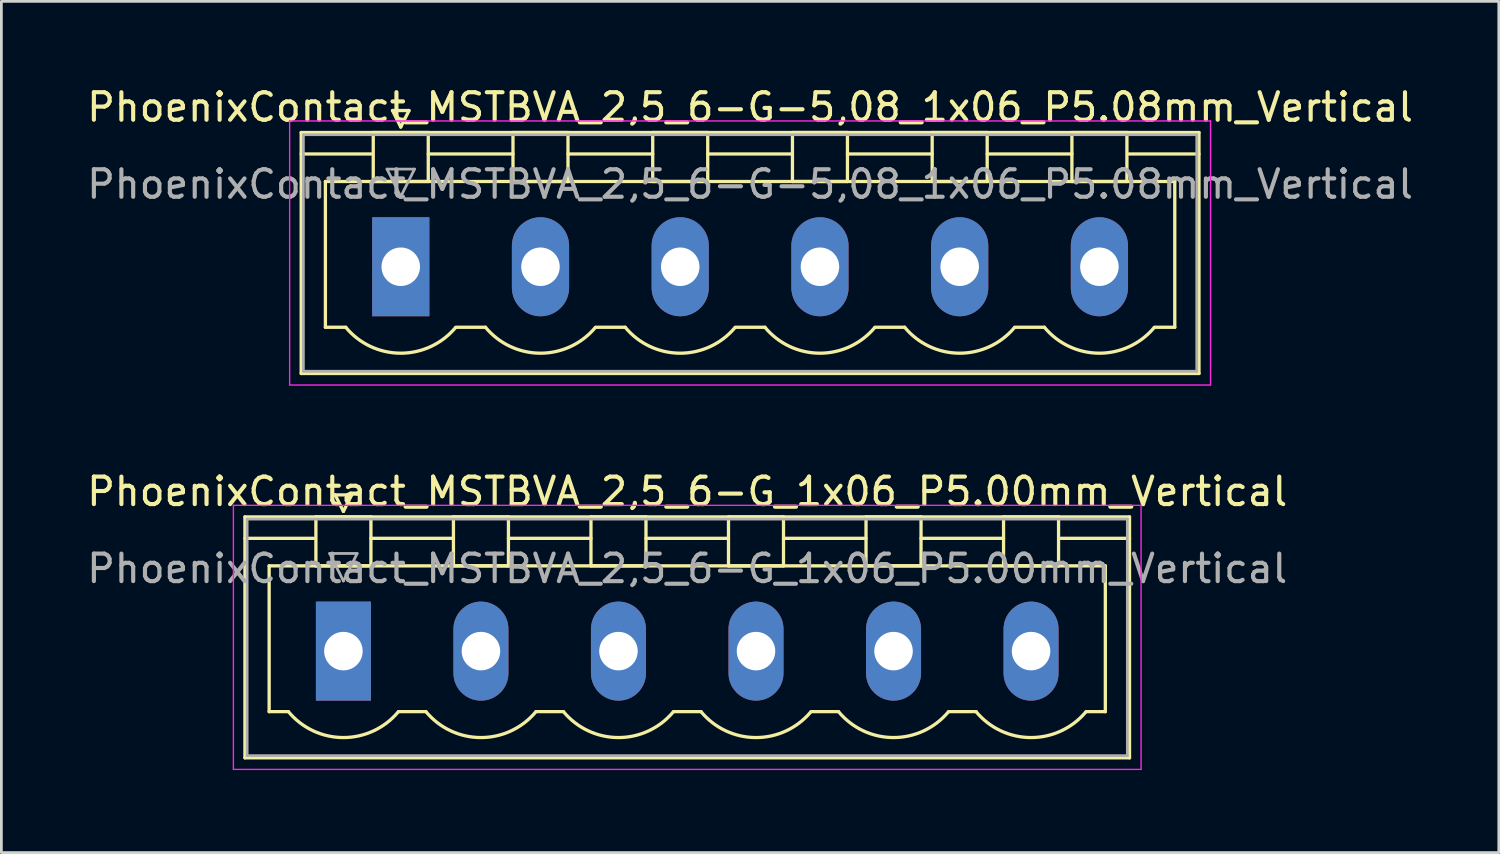
<source format=kicad_pcb>
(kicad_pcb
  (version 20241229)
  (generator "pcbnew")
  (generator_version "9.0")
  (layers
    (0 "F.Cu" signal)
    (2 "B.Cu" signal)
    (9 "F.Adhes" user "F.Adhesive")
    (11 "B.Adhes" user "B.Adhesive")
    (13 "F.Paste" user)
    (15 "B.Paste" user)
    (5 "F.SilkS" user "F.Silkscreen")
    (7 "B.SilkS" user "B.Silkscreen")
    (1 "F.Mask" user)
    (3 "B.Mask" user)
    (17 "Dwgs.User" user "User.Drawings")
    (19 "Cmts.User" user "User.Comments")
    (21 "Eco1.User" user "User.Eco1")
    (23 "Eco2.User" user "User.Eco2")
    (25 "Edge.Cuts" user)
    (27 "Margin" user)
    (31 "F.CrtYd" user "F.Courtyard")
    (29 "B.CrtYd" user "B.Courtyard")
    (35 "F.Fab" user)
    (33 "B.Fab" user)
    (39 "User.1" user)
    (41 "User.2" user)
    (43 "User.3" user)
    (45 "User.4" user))
  (footprint "PhoenixContact_MSTBVA_2,5_6-G-5,08_1x06_P5.08mm_Vertical"
    (layer "F.Cu")
    (at 11.52 6.648)
    (property "Reference" "PhoenixContact_MSTBVA_2,5_6-G-5,08_1x06_P5.08mm_Vertical" (at 12.7 -5.8 0) (layer "F.SilkS") (effects (font (size 1 1) (thickness 0.15))))
    (attr through_hole)
    (fp_line (start -3.62 -4.88) (end -3.62 3.88) (stroke (width 0.12) (type solid)) (layer "F.SilkS"))
    (fp_line (start -3.62 -4.1) (end -1.08 -4.1) (stroke (width 0.12) (type solid)) (layer "F.SilkS"))
    (fp_line (start -3.62 3.88) (end 29.02 3.88) (stroke (width 0.12) (type solid)) (layer "F.SilkS"))
    (fp_line (start -2.74 -3.1) (end 28.14 -3.1) (stroke (width 0.12) (type solid)) (layer "F.SilkS"))
    (fp_line (start -2.74 2.2) (end -2.74 -3.1) (stroke (width 0.12) (type solid)) (layer "F.SilkS"))
    (fp_line (start -2 2.2) (end -2.74 2.2) (stroke (width 0.12) (type solid)) (layer "F.SilkS"))
    (fp_line (start -1 -4.88) (end 1 -4.88) (stroke (width 0.12) (type solid)) (layer "F.SilkS"))
    (fp_line (start -1 -3.1) (end -1 -4.88) (stroke (width 0.12) (type solid)) (layer "F.SilkS"))
    (fp_line (start -0.3 -5.68) (end 0.3 -5.68) (stroke (width 0.12) (type solid)) (layer "F.SilkS"))
    (fp_line (start 0 -5.08) (end -0.3 -5.68) (stroke (width 0.12) (type solid)) (layer "F.SilkS"))
    (fp_line (start 0.3 -5.68) (end 0 -5.08) (stroke (width 0.12) (type solid)) (layer "F.SilkS"))
    (fp_line (start 1 -4.88) (end 1 -3.1) (stroke (width 0.12) (type solid)) (layer "F.SilkS"))
    (fp_line (start 1 -4.1) (end 4.08 -4.1) (stroke (width 0.12) (type solid)) (layer "F.SilkS"))
    (fp_line (start 1 -3.1) (end -1 -3.1) (stroke (width 0.12) (type solid)) (layer "F.SilkS"))
    (fp_line (start 2 2.2) (end 3.08 2.2) (stroke (width 0.12) (type solid)) (layer "F.SilkS"))
    (fp_line (start 4.08 -4.88) (end 6.08 -4.88) (stroke (width 0.12) (type solid)) (layer "F.SilkS"))
    (fp_line (start 4.08 -3.1) (end 4.08 -4.88) (stroke (width 0.12) (type solid)) (layer "F.SilkS"))
    (fp_line (start 6.08 -4.88) (end 6.08 -3.1) (stroke (width 0.12) (type solid)) (layer "F.SilkS"))
    (fp_line (start 6.08 -4.1) (end 9.16 -4.1) (stroke (width 0.12) (type solid)) (layer "F.SilkS"))
    (fp_line (start 6.08 -3.1) (end 4.08 -3.1) (stroke (width 0.12) (type solid)) (layer "F.SilkS"))
    (fp_line (start 7.08 2.2) (end 8.16 2.2) (stroke (width 0.12) (type solid)) (layer "F.SilkS"))
    (fp_line (start 9.16 -4.88) (end 11.16 -4.88) (stroke (width 0.12) (type solid)) (layer "F.SilkS"))
    (fp_line (start 9.16 -3.1) (end 9.16 -4.88) (stroke (width 0.12) (type solid)) (layer "F.SilkS"))
    (fp_line (start 11.16 -4.88) (end 11.16 -3.1) (stroke (width 0.12) (type solid)) (layer "F.SilkS"))
    (fp_line (start 11.16 -4.1) (end 14.24 -4.1) (stroke (width 0.12) (type solid)) (layer "F.SilkS"))
    (fp_line (start 11.16 -3.1) (end 9.16 -3.1) (stroke (width 0.12) (type solid)) (layer "F.SilkS"))
    (fp_line (start 12.16 2.2) (end 13.24 2.2) (stroke (width 0.12) (type solid)) (layer "F.SilkS"))
    (fp_line (start 14.24 -4.88) (end 16.24 -4.88) (stroke (width 0.12) (type solid)) (layer "F.SilkS"))
    (fp_line (start 14.24 -3.1) (end 14.24 -4.88) (stroke (width 0.12) (type solid)) (layer "F.SilkS"))
    (fp_line (start 16.24 -4.88) (end 16.24 -3.1) (stroke (width 0.12) (type solid)) (layer "F.SilkS"))
    (fp_line (start 16.24 -4.1) (end 19.32 -4.1) (stroke (width 0.12) (type solid)) (layer "F.SilkS"))
    (fp_line (start 16.24 -3.1) (end 14.24 -3.1) (stroke (width 0.12) (type solid)) (layer "F.SilkS"))
    (fp_line (start 17.24 2.2) (end 18.32 2.2) (stroke (width 0.12) (type solid)) (layer "F.SilkS"))
    (fp_line (start 19.32 -4.88) (end 21.32 -4.88) (stroke (width 0.12) (type solid)) (layer "F.SilkS"))
    (fp_line (start 19.32 -3.1) (end 19.32 -4.88) (stroke (width 0.12) (type solid)) (layer "F.SilkS"))
    (fp_line (start 21.32 -4.88) (end 21.32 -3.1) (stroke (width 0.12) (type solid)) (layer "F.SilkS"))
    (fp_line (start 21.32 -4.1) (end 24.4 -4.1) (stroke (width 0.12) (type solid)) (layer "F.SilkS"))
    (fp_line (start 21.32 -3.1) (end 19.32 -3.1) (stroke (width 0.12) (type solid)) (layer "F.SilkS"))
    (fp_line (start 22.32 2.2) (end 23.4 2.2) (stroke (width 0.12) (type solid)) (layer "F.SilkS"))
    (fp_line (start 24.4 -4.88) (end 26.4 -4.88) (stroke (width 0.12) (type solid)) (layer "F.SilkS"))
    (fp_line (start 24.4 -3.1) (end 24.4 -4.88) (stroke (width 0.12) (type solid)) (layer "F.SilkS"))
    (fp_line (start 26.4 -4.88) (end 26.4 -3.1) (stroke (width 0.12) (type solid)) (layer "F.SilkS"))
    (fp_line (start 26.4 -3.1) (end 24.4 -3.1) (stroke (width 0.12) (type solid)) (layer "F.SilkS"))
    (fp_line (start 28.14 -3.1) (end 28.14 2.2) (stroke (width 0.12) (type solid)) (layer "F.SilkS"))
    (fp_line (start 28.14 2.2) (end 27.4 2.2) (stroke (width 0.12) (type solid)) (layer "F.SilkS"))
    (fp_line (start 29.02 -4.88) (end -3.62 -4.88) (stroke (width 0.12) (type solid)) (layer "F.SilkS"))
    (fp_line (start 29.02 -4.1) (end 26.48 -4.1) (stroke (width 0.12) (type solid)) (layer "F.SilkS"))
    (fp_line (start 29.02 3.88) (end 29.02 -4.88) (stroke (width 0.12) (type solid)) (layer "F.SilkS"))
    (fp_arc (start 1.986842 2.215821) (mid -0.010289 3.142758) (end -2 2.2) (stroke (width 0.12) (type solid)) (layer "F.SilkS"))
    (fp_arc (start 7.066842 2.215821) (mid 5.069711 3.142758) (end 3.08 2.2) (stroke (width 0.12) (type solid)) (layer "F.SilkS"))
    (fp_arc (start 12.146842 2.215821) (mid 10.149711 3.142758) (end 8.16 2.2) (stroke (width 0.12) (type solid)) (layer "F.SilkS"))
    (fp_arc (start 17.226842 2.215821) (mid 15.229711 3.142758) (end 13.24 2.2) (stroke (width 0.12) (type solid)) (layer "F.SilkS"))
    (fp_arc (start 22.306842 2.215821) (mid 20.309711 3.142758) (end 18.32 2.2) (stroke (width 0.12) (type solid)) (layer "F.SilkS"))
    (fp_arc (start 27.386842 2.215821) (mid 25.389711 3.142758) (end 23.4 2.2) (stroke (width 0.12) (type solid)) (layer "F.SilkS"))
    (fp_line (start -4.04 -5.3) (end -4.04 4.3) (stroke (width 0.05) (type solid)) (layer "F.CrtYd"))
    (fp_line (start -4.04 4.3) (end 29.44 4.3) (stroke (width 0.05) (type solid)) (layer "F.CrtYd"))
    (fp_line (start 29.44 -5.3) (end -4.04 -5.3) (stroke (width 0.05) (type solid)) (layer "F.CrtYd"))
    (fp_line (start 29.44 4.3) (end 29.44 -5.3) (stroke (width 0.05) (type solid)) (layer "F.CrtYd"))
    (fp_line (start -3.54 -4.8) (end -3.54 3.8) (stroke (width 0.1) (type solid)) (layer "F.Fab"))
    (fp_line (start -3.54 3.8) (end 28.94 3.8) (stroke (width 0.1) (type solid)) (layer "F.Fab"))
    (fp_line (start -0.5 -3.55) (end 0.5 -3.55) (stroke (width 0.1) (type solid)) (layer "F.Fab"))
    (fp_line (start 0 -2.55) (end -0.5 -3.55) (stroke (width 0.1) (type solid)) (layer "F.Fab"))
    (fp_line (start 0.5 -3.55) (end 0 -2.55) (stroke (width 0.1) (type solid)) (layer "F.Fab"))
    (fp_line (start 28.94 -4.8) (end -3.54 -4.8) (stroke (width 0.1) (type solid)) (layer "F.Fab"))
    (fp_line (start 28.94 3.8) (end 28.94 -4.8) (stroke (width 0.1) (type solid)) (layer "F.Fab"))
    (fp_text user "${REFERENCE}" (at 12.7 -3 0) (layer "F.Fab") (effects (font (size 1 1) (thickness 0.15))))
    (pad "1" thru_hole rect (at 0 0) (size 2.08 3.6) (drill 1.4) (layers "*.Cu" "*.Mask"))
    (pad "2" thru_hole oval (at 5.08 0) (size 2.08 3.6) (drill 1.4) (layers "*.Cu" "*.Mask"))
    (pad "3" thru_hole oval (at 10.16 0) (size 2.08 3.6) (drill 1.4) (layers "*.Cu" "*.Mask"))
    (pad "4" thru_hole oval (at 15.24 0) (size 2.08 3.6) (drill 1.4) (layers "*.Cu" "*.Mask"))
    (pad "5" thru_hole oval (at 20.32 0) (size 2.08 3.6) (drill 1.4) (layers "*.Cu" "*.Mask"))
    (pad "6" thru_hole oval (at 25.4 0) (size 2.08 3.6) (drill 1.4) (layers "*.Cu" "*.Mask")))
  (footprint "PhoenixContact_MSTBVA_2,5_6-G_1x06_P5.00mm_Vertical"
    (layer "F.Cu")
    (at 9.435 20.622)
    (property "Reference" "PhoenixContact_MSTBVA_2,5_6-G_1x06_P5.00mm_Vertical" (at 12.5 -5.8 0) (layer "F.SilkS") (effects (font (size 1 1) (thickness 0.15))))
    (attr through_hole)
    (fp_line (start -3.58 -4.88) (end -3.58 3.88) (stroke (width 0.12) (type solid)) (layer "F.SilkS"))
    (fp_line (start -3.58 -4.1) (end -1.08 -4.1) (stroke (width 0.12) (type solid)) (layer "F.SilkS"))
    (fp_line (start -3.58 3.88) (end 28.58 3.88) (stroke (width 0.12) (type solid)) (layer "F.SilkS"))
    (fp_line (start -2.7 -3.1) (end 27.7 -3.1) (stroke (width 0.12) (type solid)) (layer "F.SilkS"))
    (fp_line (start -2.7 2.2) (end -2.7 -3.1) (stroke (width 0.12) (type solid)) (layer "F.SilkS"))
    (fp_line (start -2 2.2) (end -2.7 2.2) (stroke (width 0.12) (type solid)) (layer "F.SilkS"))
    (fp_line (start -1 -4.88) (end 1 -4.88) (stroke (width 0.12) (type solid)) (layer "F.SilkS"))
    (fp_line (start -1 -3.1) (end -1 -4.88) (stroke (width 0.12) (type solid)) (layer "F.SilkS"))
    (fp_line (start -0.3 -5.68) (end 0.3 -5.68) (stroke (width 0.12) (type solid)) (layer "F.SilkS"))
    (fp_line (start 0 -5.08) (end -0.3 -5.68) (stroke (width 0.12) (type solid)) (layer "F.SilkS"))
    (fp_line (start 0.3 -5.68) (end 0 -5.08) (stroke (width 0.12) (type solid)) (layer "F.SilkS"))
    (fp_line (start 1 -4.88) (end 1 -3.1) (stroke (width 0.12) (type solid)) (layer "F.SilkS"))
    (fp_line (start 1 -4.1) (end 4 -4.1) (stroke (width 0.12) (type solid)) (layer "F.SilkS"))
    (fp_line (start 1 -3.1) (end -1 -3.1) (stroke (width 0.12) (type solid)) (layer "F.SilkS"))
    (fp_line (start 2 2.2) (end 3 2.2) (stroke (width 0.12) (type solid)) (layer "F.SilkS"))
    (fp_line (start 4 -4.88) (end 6 -4.88) (stroke (width 0.12) (type solid)) (layer "F.SilkS"))
    (fp_line (start 4 -3.1) (end 4 -4.88) (stroke (width 0.12) (type solid)) (layer "F.SilkS"))
    (fp_line (start 6 -4.88) (end 6 -3.1) (stroke (width 0.12) (type solid)) (layer "F.SilkS"))
    (fp_line (start 6 -4.1) (end 9 -4.1) (stroke (width 0.12) (type solid)) (layer "F.SilkS"))
    (fp_line (start 6 -3.1) (end 4 -3.1) (stroke (width 0.12) (type solid)) (layer "F.SilkS"))
    (fp_line (start 7 2.2) (end 8 2.2) (stroke (width 0.12) (type solid)) (layer "F.SilkS"))
    (fp_line (start 9 -4.88) (end 11 -4.88) (stroke (width 0.12) (type solid)) (layer "F.SilkS"))
    (fp_line (start 9 -3.1) (end 9 -4.88) (stroke (width 0.12) (type solid)) (layer "F.SilkS"))
    (fp_line (start 11 -4.88) (end 11 -3.1) (stroke (width 0.12) (type solid)) (layer "F.SilkS"))
    (fp_line (start 11 -4.1) (end 14 -4.1) (stroke (width 0.12) (type solid)) (layer "F.SilkS"))
    (fp_line (start 11 -3.1) (end 9 -3.1) (stroke (width 0.12) (type solid)) (layer "F.SilkS"))
    (fp_line (start 12 2.2) (end 13 2.2) (stroke (width 0.12) (type solid)) (layer "F.SilkS"))
    (fp_line (start 14 -4.88) (end 16 -4.88) (stroke (width 0.12) (type solid)) (layer "F.SilkS"))
    (fp_line (start 14 -3.1) (end 14 -4.88) (stroke (width 0.12) (type solid)) (layer "F.SilkS"))
    (fp_line (start 16 -4.88) (end 16 -3.1) (stroke (width 0.12) (type solid)) (layer "F.SilkS"))
    (fp_line (start 16 -4.1) (end 19 -4.1) (stroke (width 0.12) (type solid)) (layer "F.SilkS"))
    (fp_line (start 16 -3.1) (end 14 -3.1) (stroke (width 0.12) (type solid)) (layer "F.SilkS"))
    (fp_line (start 17 2.2) (end 18 2.2) (stroke (width 0.12) (type solid)) (layer "F.SilkS"))
    (fp_line (start 19 -4.88) (end 21 -4.88) (stroke (width 0.12) (type solid)) (layer "F.SilkS"))
    (fp_line (start 19 -3.1) (end 19 -4.88) (stroke (width 0.12) (type solid)) (layer "F.SilkS"))
    (fp_line (start 21 -4.88) (end 21 -3.1) (stroke (width 0.12) (type solid)) (layer "F.SilkS"))
    (fp_line (start 21 -4.1) (end 24 -4.1) (stroke (width 0.12) (type solid)) (layer "F.SilkS"))
    (fp_line (start 21 -3.1) (end 19 -3.1) (stroke (width 0.12) (type solid)) (layer "F.SilkS"))
    (fp_line (start 22 2.2) (end 23 2.2) (stroke (width 0.12) (type solid)) (layer "F.SilkS"))
    (fp_line (start 24 -4.88) (end 26 -4.88) (stroke (width 0.12) (type solid)) (layer "F.SilkS"))
    (fp_line (start 24 -3.1) (end 24 -4.88) (stroke (width 0.12) (type solid)) (layer "F.SilkS"))
    (fp_line (start 26 -4.88) (end 26 -3.1) (stroke (width 0.12) (type solid)) (layer "F.SilkS"))
    (fp_line (start 26 -3.1) (end 24 -3.1) (stroke (width 0.12) (type solid)) (layer "F.SilkS"))
    (fp_line (start 27.7 -3.1) (end 27.7 2.2) (stroke (width 0.12) (type solid)) (layer "F.SilkS"))
    (fp_line (start 27.7 2.2) (end 27 2.2) (stroke (width 0.12) (type solid)) (layer "F.SilkS"))
    (fp_line (start 28.58 -4.88) (end -3.58 -4.88) (stroke (width 0.12) (type solid)) (layer "F.SilkS"))
    (fp_line (start 28.58 -4.1) (end 26.08 -4.1) (stroke (width 0.12) (type solid)) (layer "F.SilkS"))
    (fp_line (start 28.58 3.88) (end 28.58 -4.88) (stroke (width 0.12) (type solid)) (layer "F.SilkS"))
    (fp_arc (start 1.986842 2.215821) (mid -0.010289 3.142758) (end -2 2.2) (stroke (width 0.12) (type solid)) (layer "F.SilkS"))
    (fp_arc (start 6.986842 2.215821) (mid 4.989711 3.142758) (end 3 2.2) (stroke (width 0.12) (type solid)) (layer "F.SilkS"))
    (fp_arc (start 11.986842 2.215821) (mid 9.989711 3.142758) (end 8 2.2) (stroke (width 0.12) (type solid)) (layer "F.SilkS"))
    (fp_arc (start 16.986842 2.215821) (mid 14.989711 3.142758) (end 13 2.2) (stroke (width 0.12) (type solid)) (layer "F.SilkS"))
    (fp_arc (start 21.986842 2.215821) (mid 19.989711 3.142758) (end 18 2.2) (stroke (width 0.12) (type solid)) (layer "F.SilkS"))
    (fp_arc (start 26.986842 2.215821) (mid 24.989711 3.142758) (end 23 2.2) (stroke (width 0.12) (type solid)) (layer "F.SilkS"))
    (fp_line (start -4 -5.3) (end -4 4.3) (stroke (width 0.05) (type solid)) (layer "F.CrtYd"))
    (fp_line (start -4 4.3) (end 29 4.3) (stroke (width 0.05) (type solid)) (layer "F.CrtYd"))
    (fp_line (start 29 -5.3) (end -4 -5.3) (stroke (width 0.05) (type solid)) (layer "F.CrtYd"))
    (fp_line (start 29 4.3) (end 29 -5.3) (stroke (width 0.05) (type solid)) (layer "F.CrtYd"))
    (fp_line (start -3.5 -4.8) (end -3.5 3.8) (stroke (width 0.1) (type solid)) (layer "F.Fab"))
    (fp_line (start -3.5 3.8) (end 28.5 3.8) (stroke (width 0.1) (type solid)) (layer "F.Fab"))
    (fp_line (start -0.5 -3.55) (end 0.5 -3.55) (stroke (width 0.1) (type solid)) (layer "F.Fab"))
    (fp_line (start 0 -2.55) (end -0.5 -3.55) (stroke (width 0.1) (type solid)) (layer "F.Fab"))
    (fp_line (start 0.5 -3.55) (end 0 -2.55) (stroke (width 0.1) (type solid)) (layer "F.Fab"))
    (fp_line (start 28.5 -4.8) (end -3.5 -4.8) (stroke (width 0.1) (type solid)) (layer "F.Fab"))
    (fp_line (start 28.5 3.8) (end 28.5 -4.8) (stroke (width 0.1) (type solid)) (layer "F.Fab"))
    (fp_text user "${REFERENCE}" (at 12.5 -3 0) (layer "F.Fab") (effects (font (size 1 1) (thickness 0.15))))
    (pad "1" thru_hole rect (at 0 0) (size 2 3.6) (drill 1.4) (layers "*.Cu" "*.Mask"))
    (pad "2" thru_hole oval (at 5 0) (size 2 3.6) (drill 1.4) (layers "*.Cu" "*.Mask"))
    (pad "3" thru_hole oval (at 10 0) (size 2 3.6) (drill 1.4) (layers "*.Cu" "*.Mask"))
    (pad "4" thru_hole oval (at 15 0) (size 2 3.6) (drill 1.4) (layers "*.Cu" "*.Mask"))
    (pad "5" thru_hole oval (at 20 0) (size 2 3.6) (drill 1.4) (layers "*.Cu" "*.Mask"))
    (pad "6" thru_hole oval (at 25 0) (size 2 3.6) (drill 1.4) (layers "*.Cu" "*.Mask")))
  (gr_rect
    (start -3 -3)
    (end 51.44 27.947)
    (stroke (width 0.1) (type default))
    (fill no)
    (layer "Edge.Cuts")))
</source>
